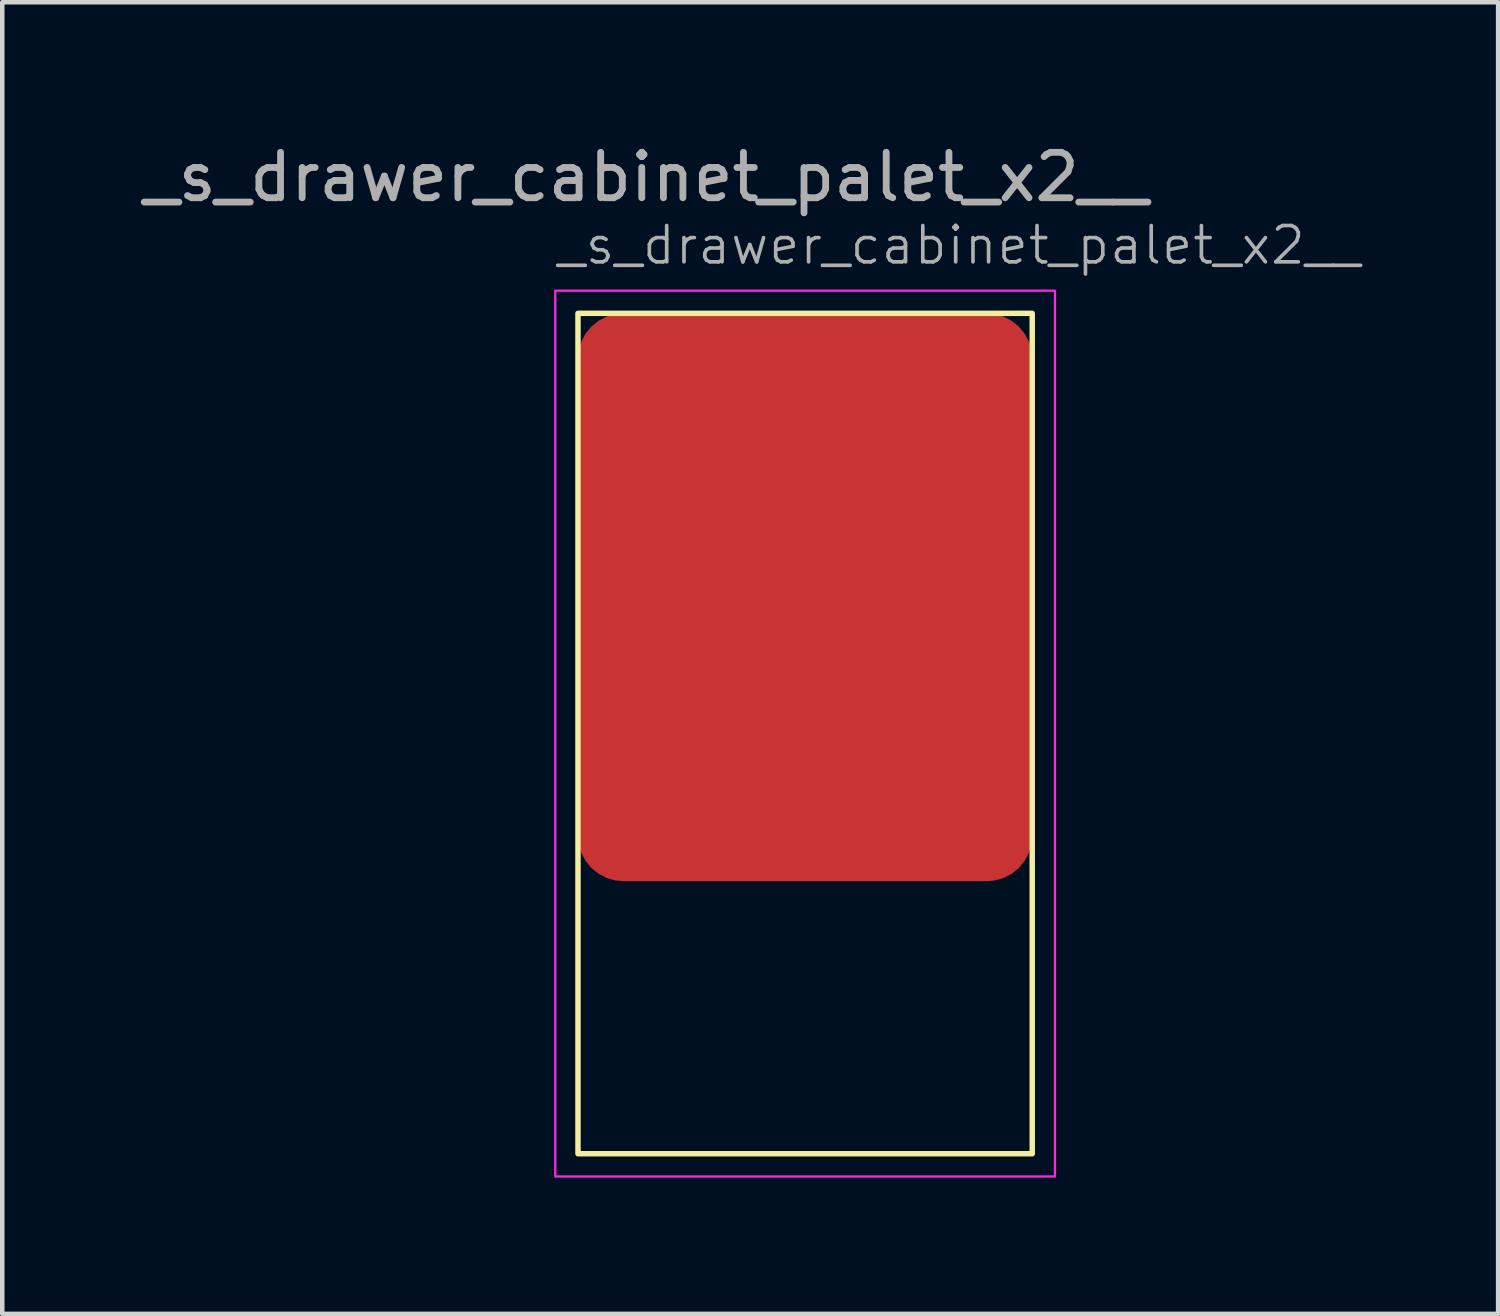
<source format=kicad_pcb>
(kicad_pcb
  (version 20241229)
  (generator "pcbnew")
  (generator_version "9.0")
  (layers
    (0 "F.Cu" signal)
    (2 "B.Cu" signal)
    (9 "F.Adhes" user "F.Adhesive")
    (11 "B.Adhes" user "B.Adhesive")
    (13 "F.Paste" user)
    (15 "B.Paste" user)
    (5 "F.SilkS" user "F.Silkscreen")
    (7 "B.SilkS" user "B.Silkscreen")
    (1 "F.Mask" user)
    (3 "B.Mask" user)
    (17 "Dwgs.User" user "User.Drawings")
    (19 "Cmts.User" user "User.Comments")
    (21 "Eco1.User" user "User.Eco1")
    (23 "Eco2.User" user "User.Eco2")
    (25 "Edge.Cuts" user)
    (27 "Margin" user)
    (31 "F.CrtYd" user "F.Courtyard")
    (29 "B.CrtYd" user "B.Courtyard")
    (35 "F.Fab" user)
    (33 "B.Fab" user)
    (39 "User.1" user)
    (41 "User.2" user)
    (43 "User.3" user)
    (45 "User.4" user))
  (footprint "_s_drawer_cabinet_palet_x2__"
    (layer "F.Cu")
    (at 9.673 3.848)
    (property "Reference" "_s_drawer_cabinet_palet_x2__" (at -0.5 -1.5 0) (unlocked yes) (layer "F.Fab") (effects (font (size 0.8 0.8) (thickness 0.08)) (justify left)))
    (attr smd)
    (fp_rect (start 0 0) (end 10 18.5) (stroke (width 0.12) (type solid)) (fill no) (layer "F.SilkS"))
    (fp_rect (start -0.5 -0.5) (end 10.5 19) (stroke (width 0.05) (type solid)) (fill no) (layer "F.CrtYd"))
    (fp_text user "${REFERENCE}" (at 1.5 -3 0) (unlocked yes) (layer "F.Fab") (effects (font (size 1 1) (thickness 0.15))))
    (pad "1" smd roundrect (at 5 6.25) (size 10 12.5) (layers "F.Cu" "F.Mask" "F.Paste") (roundrect_rratio 0.1)))
  (gr_rect
    (start -3 -3)
    (end 29.929 25.873)
    (stroke (width 0.1) (type default))
    (fill no)
    (layer "Edge.Cuts")))
</source>
